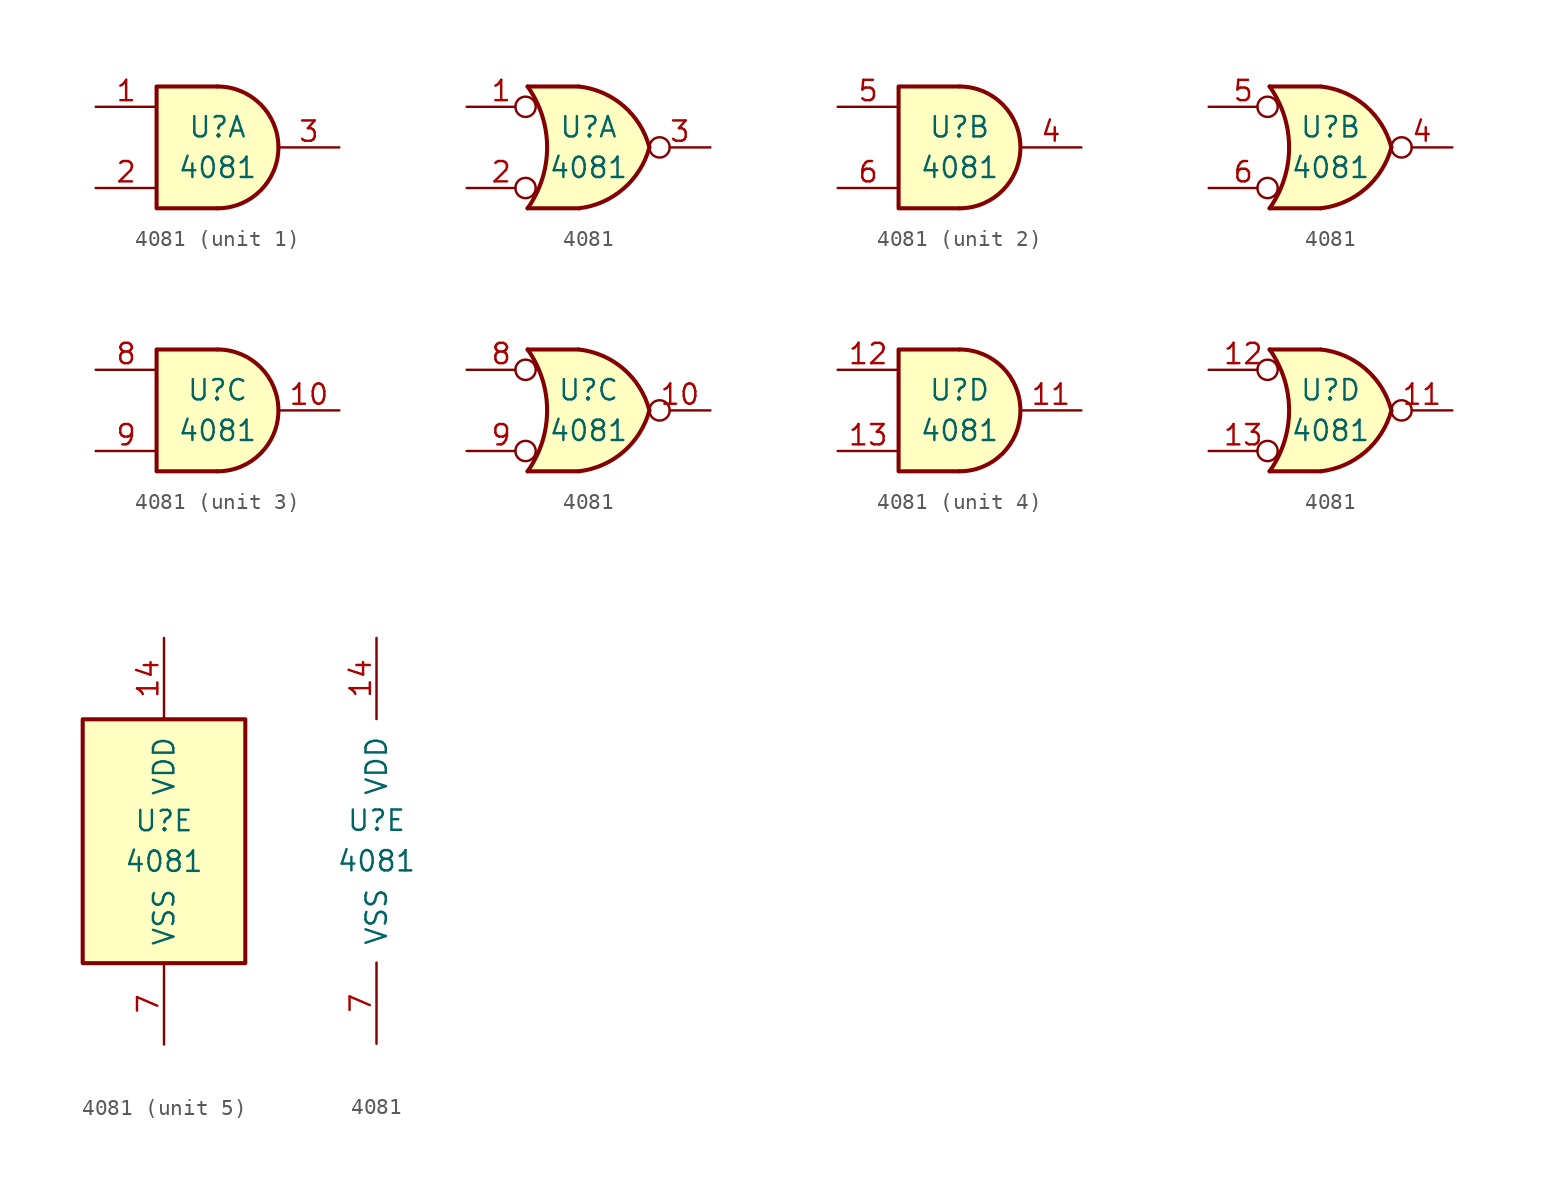
<source format=kicad_sym>
(kicad_symbol_lib
  (version 20211014)
  (generator kicad_symbol_editor)
  (symbol "4081"
    (pin_names
      (offset 1.016))
    (property "Reference" "U"
      (at 0 1.27 0)
      (effects (font (size 1.27 1.27))))
    (property "Value" "4081"
      (at 0 -1.27 0)
      (effects (font (size 1.27 1.27))))
    (property "ki_locked" ""
      (at 0 0 0)
      (effects (font (size 1.27 1.27))))
    (symbol "4081_1_1"
      (arc (start 0 -3.81) (mid 3.81 0) (end 0 3.81) (stroke (width 0.254) (type default) (color 0 0 0 0)) (fill (type background)))
      (polyline (pts (xy 0 3.81) (xy -3.81 3.81) (xy -3.81 -3.81) (xy 0 -3.81)) (stroke (width 0.254) (type default) (color 0 0 0 0)) (fill (type background)))
      (pin input line (at -7.62 2.54 0) (length 3.81) (name "~" (effects (font (size 1.27 1.27)))) (number "1" (effects (font (size 1.27 1.27)))))
      (pin input line (at -7.62 -2.54 0) (length 3.81) (name "~" (effects (font (size 1.27 1.27)))) (number "2" (effects (font (size 1.27 1.27)))))
      (pin output line (at 7.62 0 180) (length 3.81) (name "~" (effects (font (size 1.27 1.27)))) (number "3" (effects (font (size 1.27 1.27))))))
    (symbol "4081_1_2"
      (arc (start -3.81 -3.81) (mid -2.589 0) (end -3.81 3.81) (stroke (width 0.254) (type default) (color 0 0 0 0)) (fill (type none)))
      (arc (start -0.6096 -3.81) (mid 2.1855 -2.584) (end 3.81 0) (stroke (width 0.254) (type default) (color 0 0 0 0)) (fill (type background)))
      (polyline (pts (xy -3.81 -3.81) (xy -0.635 -3.81)) (stroke (width 0.254) (type default) (color 0 0 0 0)) (fill (type background)))
      (polyline (pts (xy -3.81 3.81) (xy -0.635 3.81)) (stroke (width 0.254) (type default) (color 0 0 0 0)) (fill (type background)))
      (polyline (pts (xy -0.635 3.81) (xy -3.81 3.81) (xy -3.81 3.81) (xy -3.556 3.404) (xy -3.023 2.261) (xy -2.692 1.041) (xy -2.616 -0.254) (xy -2.769 -1.499) (xy -3.175 -2.718) (xy -3.81 -3.81) (xy -3.81 -3.81) (xy -0.635 -3.81)) (stroke (width -25.4) (type default) (color 0 0 0 0)) (fill (type background)))
      (arc (start 3.81 0) (mid 2.1928 2.5925) (end -0.6096 3.81) (stroke (width 0.254) (type default) (color 0 0 0 0)) (fill (type background)))
      (pin input inverted (at -7.62 2.54 0) (length 4.318) (name "~" (effects (font (size 1.27 1.27)))) (number "1" (effects (font (size 1.27 1.27)))))
      (pin input inverted (at -7.62 -2.54 0) (length 4.318) (name "~" (effects (font (size 1.27 1.27)))) (number "2" (effects (font (size 1.27 1.27)))))
      (pin output inverted (at 7.62 0 180) (length 3.81) (name "~" (effects (font (size 1.27 1.27)))) (number "3" (effects (font (size 1.27 1.27))))))
    (symbol "4081_2_1"
      (arc (start 0 -3.81) (mid 3.81 0) (end 0 3.81) (stroke (width 0.254) (type default) (color 0 0 0 0)) (fill (type background)))
      (polyline (pts (xy 0 3.81) (xy -3.81 3.81) (xy -3.81 -3.81) (xy 0 -3.81)) (stroke (width 0.254) (type default) (color 0 0 0 0)) (fill (type background)))
      (pin output line (at 7.62 0 180) (length 3.81) (name "~" (effects (font (size 1.27 1.27)))) (number "4" (effects (font (size 1.27 1.27)))))
      (pin input line (at -7.62 2.54 0) (length 3.81) (name "~" (effects (font (size 1.27 1.27)))) (number "5" (effects (font (size 1.27 1.27)))))
      (pin input line (at -7.62 -2.54 0) (length 3.81) (name "~" (effects (font (size 1.27 1.27)))) (number "6" (effects (font (size 1.27 1.27))))))
    (symbol "4081_2_2"
      (arc (start -3.81 -3.81) (mid -2.589 0) (end -3.81 3.81) (stroke (width 0.254) (type default) (color 0 0 0 0)) (fill (type none)))
      (arc (start -0.6096 -3.81) (mid 2.1855 -2.584) (end 3.81 0) (stroke (width 0.254) (type default) (color 0 0 0 0)) (fill (type background)))
      (polyline (pts (xy -3.81 -3.81) (xy -0.635 -3.81)) (stroke (width 0.254) (type default) (color 0 0 0 0)) (fill (type background)))
      (polyline (pts (xy -3.81 3.81) (xy -0.635 3.81)) (stroke (width 0.254) (type default) (color 0 0 0 0)) (fill (type background)))
      (polyline (pts (xy -0.635 3.81) (xy -3.81 3.81) (xy -3.81 3.81) (xy -3.556 3.404) (xy -3.023 2.261) (xy -2.692 1.041) (xy -2.616 -0.254) (xy -2.769 -1.499) (xy -3.175 -2.718) (xy -3.81 -3.81) (xy -3.81 -3.81) (xy -0.635 -3.81)) (stroke (width -25.4) (type default) (color 0 0 0 0)) (fill (type background)))
      (arc (start 3.81 0) (mid 2.1928 2.5925) (end -0.6096 3.81) (stroke (width 0.254) (type default) (color 0 0 0 0)) (fill (type background)))
      (pin output inverted (at 7.62 0 180) (length 3.81) (name "~" (effects (font (size 1.27 1.27)))) (number "4" (effects (font (size 1.27 1.27)))))
      (pin input inverted (at -7.62 2.54 0) (length 4.318) (name "~" (effects (font (size 1.27 1.27)))) (number "5" (effects (font (size 1.27 1.27)))))
      (pin input inverted (at -7.62 -2.54 0) (length 4.318) (name "~" (effects (font (size 1.27 1.27)))) (number "6" (effects (font (size 1.27 1.27))))))
    (symbol "4081_3_1"
      (arc (start 0 -3.81) (mid 3.81 0) (end 0 3.81) (stroke (width 0.254) (type default) (color 0 0 0 0)) (fill (type background)))
      (polyline (pts (xy 0 3.81) (xy -3.81 3.81) (xy -3.81 -3.81) (xy 0 -3.81)) (stroke (width 0.254) (type default) (color 0 0 0 0)) (fill (type background)))
      (pin output line (at 7.62 0 180) (length 3.81) (name "~" (effects (font (size 1.27 1.27)))) (number "10" (effects (font (size 1.27 1.27)))))
      (pin input line (at -7.62 2.54 0) (length 3.81) (name "~" (effects (font (size 1.27 1.27)))) (number "8" (effects (font (size 1.27 1.27)))))
      (pin input line (at -7.62 -2.54 0) (length 3.81) (name "~" (effects (font (size 1.27 1.27)))) (number "9" (effects (font (size 1.27 1.27))))))
    (symbol "4081_3_2"
      (arc (start -3.81 -3.81) (mid -2.589 0) (end -3.81 3.81) (stroke (width 0.254) (type default) (color 0 0 0 0)) (fill (type none)))
      (arc (start -0.6096 -3.81) (mid 2.1855 -2.584) (end 3.81 0) (stroke (width 0.254) (type default) (color 0 0 0 0)) (fill (type background)))
      (polyline (pts (xy -3.81 -3.81) (xy -0.635 -3.81)) (stroke (width 0.254) (type default) (color 0 0 0 0)) (fill (type background)))
      (polyline (pts (xy -3.81 3.81) (xy -0.635 3.81)) (stroke (width 0.254) (type default) (color 0 0 0 0)) (fill (type background)))
      (polyline (pts (xy -0.635 3.81) (xy -3.81 3.81) (xy -3.81 3.81) (xy -3.556 3.404) (xy -3.023 2.261) (xy -2.692 1.041) (xy -2.616 -0.254) (xy -2.769 -1.499) (xy -3.175 -2.718) (xy -3.81 -3.81) (xy -3.81 -3.81) (xy -0.635 -3.81)) (stroke (width -25.4) (type default) (color 0 0 0 0)) (fill (type background)))
      (arc (start 3.81 0) (mid 2.1928 2.5925) (end -0.6096 3.81) (stroke (width 0.254) (type default) (color 0 0 0 0)) (fill (type background)))
      (pin output inverted (at 7.62 0 180) (length 3.81) (name "~" (effects (font (size 1.27 1.27)))) (number "10" (effects (font (size 1.27 1.27)))))
      (pin input inverted (at -7.62 2.54 0) (length 4.318) (name "~" (effects (font (size 1.27 1.27)))) (number "8" (effects (font (size 1.27 1.27)))))
      (pin input inverted (at -7.62 -2.54 0) (length 4.318) (name "~" (effects (font (size 1.27 1.27)))) (number "9" (effects (font (size 1.27 1.27))))))
    (symbol "4081_4_1"
      (arc (start 0 -3.81) (mid 3.81 0) (end 0 3.81) (stroke (width 0.254) (type default) (color 0 0 0 0)) (fill (type background)))
      (polyline (pts (xy 0 3.81) (xy -3.81 3.81) (xy -3.81 -3.81) (xy 0 -3.81)) (stroke (width 0.254) (type default) (color 0 0 0 0)) (fill (type background)))
      (pin output line (at 7.62 0 180) (length 3.81) (name "~" (effects (font (size 1.27 1.27)))) (number "11" (effects (font (size 1.27 1.27)))))
      (pin input line (at -7.62 2.54 0) (length 3.81) (name "~" (effects (font (size 1.27 1.27)))) (number "12" (effects (font (size 1.27 1.27)))))
      (pin input line (at -7.62 -2.54 0) (length 3.81) (name "~" (effects (font (size 1.27 1.27)))) (number "13" (effects (font (size 1.27 1.27))))))
    (symbol "4081_4_2"
      (arc (start -3.81 -3.81) (mid -2.589 0) (end -3.81 3.81) (stroke (width 0.254) (type default) (color 0 0 0 0)) (fill (type none)))
      (arc (start -0.6096 -3.81) (mid 2.1855 -2.584) (end 3.81 0) (stroke (width 0.254) (type default) (color 0 0 0 0)) (fill (type background)))
      (polyline (pts (xy -3.81 -3.81) (xy -0.635 -3.81)) (stroke (width 0.254) (type default) (color 0 0 0 0)) (fill (type background)))
      (polyline (pts (xy -3.81 3.81) (xy -0.635 3.81)) (stroke (width 0.254) (type default) (color 0 0 0 0)) (fill (type background)))
      (polyline (pts (xy -0.635 3.81) (xy -3.81 3.81) (xy -3.81 3.81) (xy -3.556 3.404) (xy -3.023 2.261) (xy -2.692 1.041) (xy -2.616 -0.254) (xy -2.769 -1.499) (xy -3.175 -2.718) (xy -3.81 -3.81) (xy -3.81 -3.81) (xy -0.635 -3.81)) (stroke (width -25.4) (type default) (color 0 0 0 0)) (fill (type background)))
      (arc (start 3.81 0) (mid 2.1928 2.5925) (end -0.6096 3.81) (stroke (width 0.254) (type default) (color 0 0 0 0)) (fill (type background)))
      (pin output inverted (at 7.62 0 180) (length 3.81) (name "~" (effects (font (size 1.27 1.27)))) (number "11" (effects (font (size 1.27 1.27)))))
      (pin input inverted (at -7.62 2.54 0) (length 4.318) (name "~" (effects (font (size 1.27 1.27)))) (number "12" (effects (font (size 1.27 1.27)))))
      (pin input inverted (at -7.62 -2.54 0) (length 4.318) (name "~" (effects (font (size 1.27 1.27)))) (number "13" (effects (font (size 1.27 1.27))))))
    (symbol "4081_5_0"
      (pin power_in line (at 0 12.7 270) (length 5.08) (name "VDD" (effects (font (size 1.27 1.27)))) (number "14" (effects (font (size 1.27 1.27)))))
      (pin power_in line (at 0 -12.7 90) (length 5.08) (name "VSS" (effects (font (size 1.27 1.27)))) (number "7" (effects (font (size 1.27 1.27))))))
    (symbol "4081_5_1"
      (rectangle (start -5.08 7.62) (end 5.08 -7.62) (stroke (width 0.254) (type default) (color 0 0 0 0)) (fill (type background))))))
</source>
